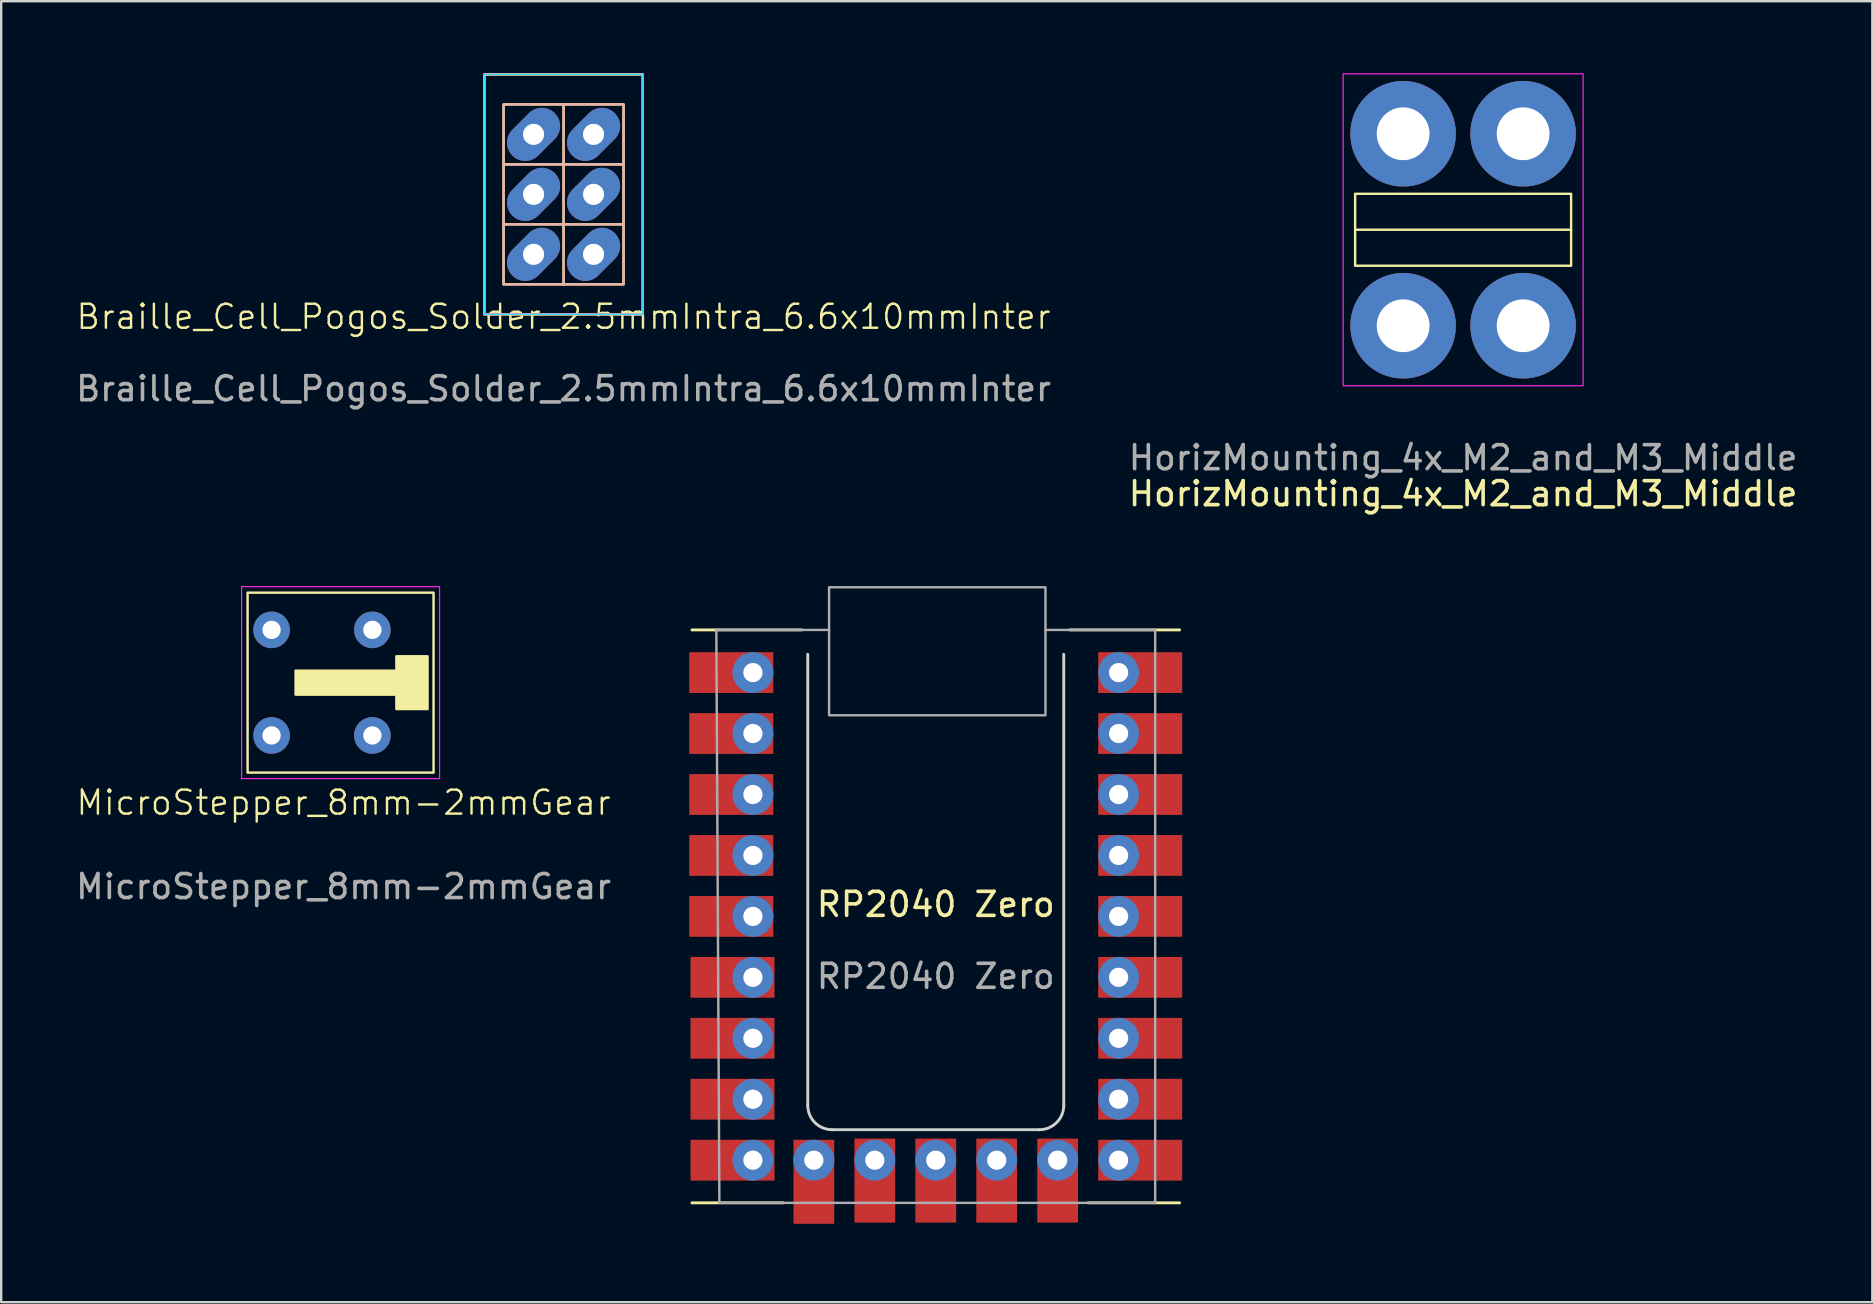
<source format=kicad_pcb>
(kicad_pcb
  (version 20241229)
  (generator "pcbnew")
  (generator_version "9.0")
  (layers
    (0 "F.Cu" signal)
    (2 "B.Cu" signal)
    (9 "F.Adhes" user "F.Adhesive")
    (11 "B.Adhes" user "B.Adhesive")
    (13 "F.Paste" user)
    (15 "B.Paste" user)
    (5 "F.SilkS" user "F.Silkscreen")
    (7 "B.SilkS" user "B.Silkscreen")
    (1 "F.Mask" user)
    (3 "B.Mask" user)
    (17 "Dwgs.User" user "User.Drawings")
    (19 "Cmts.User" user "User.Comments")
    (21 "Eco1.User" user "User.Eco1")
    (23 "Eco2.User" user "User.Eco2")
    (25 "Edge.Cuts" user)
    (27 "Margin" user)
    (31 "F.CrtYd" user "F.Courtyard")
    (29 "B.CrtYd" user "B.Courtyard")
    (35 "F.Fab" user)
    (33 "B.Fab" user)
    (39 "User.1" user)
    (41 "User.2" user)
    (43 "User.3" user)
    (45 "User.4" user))
  (footprint "RP2040 Zero"
    (layer "F.Cu")
    (at 25.786 47.966)
    (property "Reference" "RP2040 Zero" (at 10.16 -13.327 0) (unlocked yes) (layer "F.SilkS") (effects (font (size 1 1) (thickness 0.15))))
    (attr through_hole)
    (fp_line (start 0 -24.765) (end 4.572 -24.765) (stroke (width 0.12) (type default)) (layer "F.SilkS"))
    (fp_line (start 0 -0.889) (end 3.81 -0.889) (stroke (width 0.12) (type default)) (layer "F.SilkS"))
    (fp_line (start 15.748 -24.765) (end 20.32 -24.765) (stroke (width 0.12) (type default)) (layer "F.SilkS"))
    (fp_line (start 16.51 -0.889) (end 20.32 -0.889) (stroke (width 0.12) (type default)) (layer "F.SilkS"))
    (fp_line (start 4.826 -23.749) (end 4.826 -4.953) (stroke (width 0.12) (type default)) (layer "Edge.Cuts"))
    (fp_line (start 5.842 -3.937) (end 14.478 -3.937) (stroke (width 0.12) (type default)) (layer "Edge.Cuts"))
    (fp_line (start 15.494 -4.953) (end 15.494 -23.749) (stroke (width 0.12) (type default)) (layer "Edge.Cuts"))
    (fp_arc (start 5.842 -3.937) (mid 5.12358 -4.23458) (end 4.826 -4.953) (stroke (width 0.12) (type default)) (layer "Edge.Cuts"))
    (fp_arc (start 15.494 -4.953) (mid 15.19642 -4.23458) (end 14.478 -3.937) (stroke (width 0.12) (type default)) (layer "Edge.Cuts"))
    (fp_line (start 1.016 -24.765) (end 5.715 -24.765) (stroke (width 0.1) (type default)) (layer "F.Fab"))
    (fp_line (start 1.143 -0.889) (end 1.016 -24.765) (stroke (width 0.1) (type default)) (layer "F.Fab"))
    (fp_line (start 14.732 -24.765) (end 19.304 -24.765) (stroke (width 0.1) (type default)) (layer "F.Fab"))
    (fp_line (start 19.304 -24.765) (end 19.304 -0.889) (stroke (width 0.1) (type default)) (layer "F.Fab"))
    (fp_line (start 19.304 -0.889) (end 1.143 -0.889) (stroke (width 0.1) (type default)) (layer "F.Fab"))
    (fp_rect (start 5.715 -26.543) (end 14.732 -21.209) (stroke (width 0.1) (type default)) (fill no) (layer "F.Fab"))
    (fp_text user "${REFERENCE}" (at 10.16 -10.327 0) (unlocked yes) (layer "F.Fab") (effects (font (size 1 1) (thickness 0.15))))
    (pad "1" smd rect (at 1.64 -22.987) (size 3.5 1.7) (layers "F.Cu" "F.Mask"))
    (pad "1" thru_hole circle (at 2.54 -22.987) (size 1.7 1.7) (drill 0.8) (layers "*.Cu" "*.Mask"))
    (pad "2" smd rect (at 1.64 -20.447) (size 3.5 1.7) (layers "F.Cu" "F.Mask"))
    (pad "2" thru_hole circle (at 2.54 -20.447) (size 1.7 1.7) (drill 0.8) (layers "*.Cu" "*.Mask"))
    (pad "3" smd rect (at 1.64 -17.907) (size 3.5 1.7) (layers "F.Cu" "F.Mask"))
    (pad "3" thru_hole circle (at 2.54 -17.907) (size 1.7 1.7) (drill 0.8) (layers "*.Cu" "*.Mask"))
    (pad "4" smd rect (at 1.64 -15.367) (size 3.5 1.7) (layers "F.Cu" "F.Mask"))
    (pad "4" thru_hole circle (at 2.54 -15.367) (size 1.7 1.7) (drill 0.8) (layers "*.Cu" "*.Mask"))
    (pad "5" smd rect (at 1.64 -12.827) (size 3.5 1.7) (layers "F.Cu" "F.Mask"))
    (pad "5" thru_hole circle (at 2.54 -12.827) (size 1.7 1.7) (drill 0.8) (layers "*.Cu" "*.Mask"))
    (pad "6" smd rect (at 1.69 -10.287) (size 3.5 1.7) (layers "F.Cu" "F.Mask"))
    (pad "6" thru_hole circle (at 2.54 -10.287) (size 1.7 1.7) (drill 0.8) (layers "*.Cu" "*.Mask"))
    (pad "7" smd rect (at 1.69 -7.747) (size 3.5 1.7) (layers "F.Cu" "F.Mask"))
    (pad "7" thru_hole circle (at 2.54 -7.747) (size 1.7 1.7) (drill 0.8) (layers "*.Cu" "*.Mask"))
    (pad "8" smd rect (at 1.69 -5.207) (size 3.5 1.7) (layers "F.Cu" "F.Mask"))
    (pad "8" thru_hole circle (at 2.54 -5.207) (size 1.7 1.7) (drill 0.8) (layers "*.Cu" "*.Mask"))
    (pad "9" smd rect (at 1.69 -2.667) (size 3.5 1.7) (layers "F.Cu" "F.Mask"))
    (pad "9" thru_hole circle (at 2.54 -2.667) (size 1.7 1.7) (drill 0.8) (layers "*.Cu" "*.Mask"))
    (pad "10" thru_hole circle (at 17.78 -22.987) (size 1.7 1.7) (drill 0.8) (layers "*.Cu" "*.Mask"))
    (pad "10" smd rect (at 18.68 -22.987) (size 3.5 1.7) (layers "F.Cu" "F.Mask"))
    (pad "11" thru_hole circle (at 17.78 -20.447) (size 1.7 1.7) (drill 0.8) (layers "*.Cu" "*.Mask"))
    (pad "11" smd rect (at 18.68 -20.447) (size 3.5 1.7) (layers "F.Cu" "F.Mask"))
    (pad "12" thru_hole circle (at 17.78 -17.907) (size 1.7 1.7) (drill 0.8) (layers "*.Cu" "*.Mask"))
    (pad "12" smd rect (at 18.68 -17.907) (size 3.5 1.7) (layers "F.Cu" "F.Mask"))
    (pad "13" thru_hole circle (at 17.78 -15.367) (size 1.7 1.7) (drill 0.8) (layers "*.Cu" "*.Mask"))
    (pad "13" smd rect (at 18.68 -15.367) (size 3.5 1.7) (layers "F.Cu" "F.Mask"))
    (pad "14" thru_hole circle (at 17.78 -12.827) (size 1.7 1.7) (drill 0.8) (layers "*.Cu" "*.Mask"))
    (pad "14" smd rect (at 18.68 -12.827) (size 3.5 1.7) (layers "F.Cu" "F.Mask"))
    (pad "15" thru_hole circle (at 17.78 -10.287) (size 1.7 1.7) (drill 0.8) (layers "*.Cu" "*.Mask"))
    (pad "15" smd rect (at 18.68 -10.287) (size 3.5 1.7) (layers "F.Cu" "F.Mask"))
    (pad "16" thru_hole circle (at 17.78 -7.747) (size 1.7 1.7) (drill 0.8) (layers "*.Cu" "*.Mask"))
    (pad "16" smd rect (at 18.68 -7.747) (size 3.5 1.7) (layers "F.Cu" "F.Mask"))
    (pad "17" thru_hole circle (at 17.78 -5.207) (size 1.7 1.7) (drill 0.8) (layers "*.Cu" "*.Mask"))
    (pad "17" smd rect (at 18.68 -5.207) (size 3.5 1.7) (layers "F.Cu" "F.Mask"))
    (pad "18" thru_hole circle (at 17.78 -2.667) (size 1.7 1.7) (drill 0.8) (layers "*.Cu" "*.Mask"))
    (pad "18" smd rect (at 18.68 -2.667) (size 3.5 1.7) (layers "F.Cu" "F.Mask"))
    (pad "19" thru_hole circle (at 5.08 -2.667) (size 1.7 1.7) (drill 0.8) (layers "*.Cu" "*.Mask"))
    (pad "19" smd rect (at 5.08 -1.767 90) (size 3.5 1.7) (layers "F.Cu" "F.Mask"))
    (pad "20" thru_hole circle (at 7.62 -2.667) (size 1.7 1.7) (drill 0.8) (layers "*.Cu" "*.Mask"))
    (pad "20" smd rect (at 7.62 -1.817 90) (size 3.5 1.7) (layers "F.Cu" "F.Mask"))
    (pad "21" thru_hole circle (at 10.16 -2.667) (size 1.7 1.7) (drill 0.8) (layers "*.Cu" "*.Mask"))
    (pad "21" smd rect (at 10.16 -1.817 90) (size 3.5 1.7) (layers "F.Cu" "F.Mask"))
    (pad "22" thru_hole circle (at 12.7 -2.667) (size 1.7 1.7) (drill 0.8) (layers "*.Cu" "*.Mask"))
    (pad "22" smd rect (at 12.7 -1.817 90) (size 3.5 1.7) (layers "F.Cu" "F.Mask"))
    (pad "23" thru_hole circle (at 15.24 -2.667) (size 1.7 1.7) (drill 0.8) (layers "*.Cu" "*.Mask"))
    (pad "23" smd rect (at 15.24 -1.817 90) (size 3.5 1.7) (layers "F.Cu" "F.Mask")))
  (footprint "Braille_Cell_Pogos_Solder_2.5mmIntra_6.6x10mmInter"
    (layer "F.Cu")
    (at 20.435 5.05)
    (property "Reference" "Braille_Cell_Pogos_Solder_2.5mmIntra_6.6x10mmInter" (at 0 5.1 0) (unlocked yes) (layer "F.SilkS") (effects (font (size 1 1) (thickness 0.1))))
    (attr through_hole)
    (fp_line (start -2.5 -1.25) (end 2.5 -1.25) (stroke (width 0.1) (type default)) (layer "F.SilkS"))
    (fp_line (start -2.5 1.25) (end 2.5 1.25) (stroke (width 0.1) (type default)) (layer "F.SilkS"))
    (fp_line (start 0 -3.75) (end 0 3.75) (stroke (width 0.1) (type default)) (layer "F.SilkS"))
    (fp_rect (start -3.3 -5) (end 3.3 5) (stroke (width 0.1) (type default)) (fill no) (layer "F.SilkS"))
    (fp_rect (start -2.5 -3.75) (end 2.5 3.75) (stroke (width 0.1) (type default)) (fill no) (layer "F.SilkS"))
    (fp_line (start 0 -3.75) (end 0 3.75) (stroke (width 0.1) (type default)) (layer "B.SilkS"))
    (fp_line (start 2.5 -1.25) (end -2.5 -1.25) (stroke (width 0.1) (type default)) (layer "B.SilkS"))
    (fp_line (start 2.5 1.25) (end -2.5 1.25) (stroke (width 0.1) (type default)) (layer "B.SilkS"))
    (fp_rect (start -3.3 -5) (end 3.3 5) (stroke (width 0.1) (type default)) (fill no) (layer "B.SilkS"))
    (fp_rect (start -2.5 -3.75) (end 2.5 3.75) (stroke (width 0.1) (type default)) (fill no) (layer "B.SilkS"))
    (fp_rect (start -3.3 -5) (end 3.3 5) (stroke (width 0.05) (type default)) (fill no) (layer "B.CrtYd"))
    (fp_rect (start -3.3 -5) (end 3.3 5) (stroke (width 0.05) (type default)) (fill no) (layer "F.CrtYd"))
    (fp_text user "${REFERENCE}" (at 0 8.1 0) (unlocked yes) (layer "F.Fab") (effects (font (size 1 1) (thickness 0.15))))
    (pad "1" thru_hole oval (at -1.25 -2.5 45) (size 2.5 1.524) (drill 0.88) (layers "*.Cu" "*.Mask"))
    (pad "2" thru_hole oval (at -1.25 0 45) (size 2.5 1.524) (drill 0.88) (layers "*.Cu" "*.Mask"))
    (pad "3" thru_hole oval (at -1.25 2.5 45) (size 2.5 1.524) (drill 0.88) (layers "*.Cu" "*.Mask"))
    (pad "4" thru_hole oval (at 1.25 -2.5 45) (size 2.5 1.524) (drill 0.88) (layers "*.Cu" "*.Mask"))
    (pad "5" thru_hole oval (at 1.25 0 45) (size 2.5 1.524) (drill 0.88) (layers "*.Cu" "*.Mask"))
    (pad "6" thru_hole oval (at 1.25 2.5 45) (size 2.5 1.524) (drill 0.88) (layers "*.Cu" "*.Mask")))
  (footprint "MicroStepper_8mm-2mmGear"
    (layer "F.Cu")
    (at 11.268 25.398)
    (property "Reference" "MicroStepper_8mm-2mmGear" (at 0 5 0) (unlocked yes) (layer "F.SilkS") (effects (font (size 1 1) (thickness 0.1))))
    (attr through_hole)
    (fp_rect (start -4 -3.75) (end 3.75 3.75) (stroke (width 0.1) (type default)) (fill no) (layer "F.SilkS"))
    (fp_rect (start -2 -0.5) (end 3 0.5) (stroke (width 0.1) (type solid)) (fill yes) (layer "F.SilkS"))
    (fp_rect (start 2.2 -1.1) (end 3.5 1.1) (stroke (width 0.1) (type solid)) (fill yes) (layer "F.SilkS"))
    (fp_rect (start -4.25 -4) (end 4 4) (stroke (width 0.05) (type default)) (fill no) (layer "F.CrtYd"))
    (fp_text user "${REFERENCE}" (at 0 8.5 0) (unlocked yes) (layer "F.Fab") (effects (font (size 1 1) (thickness 0.15))))
    (pad "A1" thru_hole circle (at -3 -2.2) (size 1.524 1.524) (drill 0.762) (layers "*.Cu" "*.Mask"))
    (pad "A2" thru_hole circle (at -3 2.2) (size 1.524 1.524) (drill 0.762) (layers "*.Cu" "*.Mask"))
    (pad "B1" thru_hole circle (at 1.2 -2.2) (size 1.524 1.524) (drill 0.762) (layers "*.Cu" "*.Mask"))
    (pad "B2" thru_hole circle (at 1.2 2.2) (size 1.524 1.524) (drill 0.762) (layers "*.Cu" "*.Mask")))
  (footprint "HorizMounting_4x_M2_and_M3_Middle"
    (layer "F.Cu")
    (at 57.923 6.525)
    (property "Reference" "HorizMounting_4x_M2_and_M3_Middle" (at 0 11 0) (layer "F.SilkS") (effects (font (size 1 1) (thickness 0.15))))
    (attr exclude_from_pos_files exclude_from_bom)
    (fp_line (start -4.5 0) (end 4.5 0) (stroke (width 0.1) (type default)) (layer "F.SilkS"))
    (fp_rect (start -4.5 -1.5) (end 4.5 1.5) (stroke (width 0.1) (type default)) (fill no) (layer "F.SilkS"))
    (fp_rect (start -5 -6.5) (end 5 6.5) (stroke (width 0.05) (type default)) (fill no) (layer "F.CrtYd"))
    (fp_text user "${REFERENCE}" (at 0 9.5 0) (layer "F.Fab") (effects (font (size 1 1) (thickness 0.15))))
    (pad "1" thru_hole circle (at -2.5 -4) (size 4.4 4.4) (drill 2.2) (layers "*.Cu" "*.Mask"))
    (pad "1" thru_hole circle (at -2.5 4) (size 4.4 4.4) (drill 2.2) (layers "*.Cu" "*.Mask"))
    (pad "1" thru_hole circle (at 2.5 -4) (size 4.4 4.4) (drill 2.2) (layers "*.Cu" "*.Mask"))
    (pad "1" thru_hole circle (at 2.5 4) (size 4.4 4.4) (drill 2.2) (layers "*.Cu" "*.Mask")))
  (gr_rect
    (start -3 -3)
    (end 74.976 51.216)
    (stroke (width 0.1) (type default))
    (fill no)
    (layer "Edge.Cuts")))
</source>
